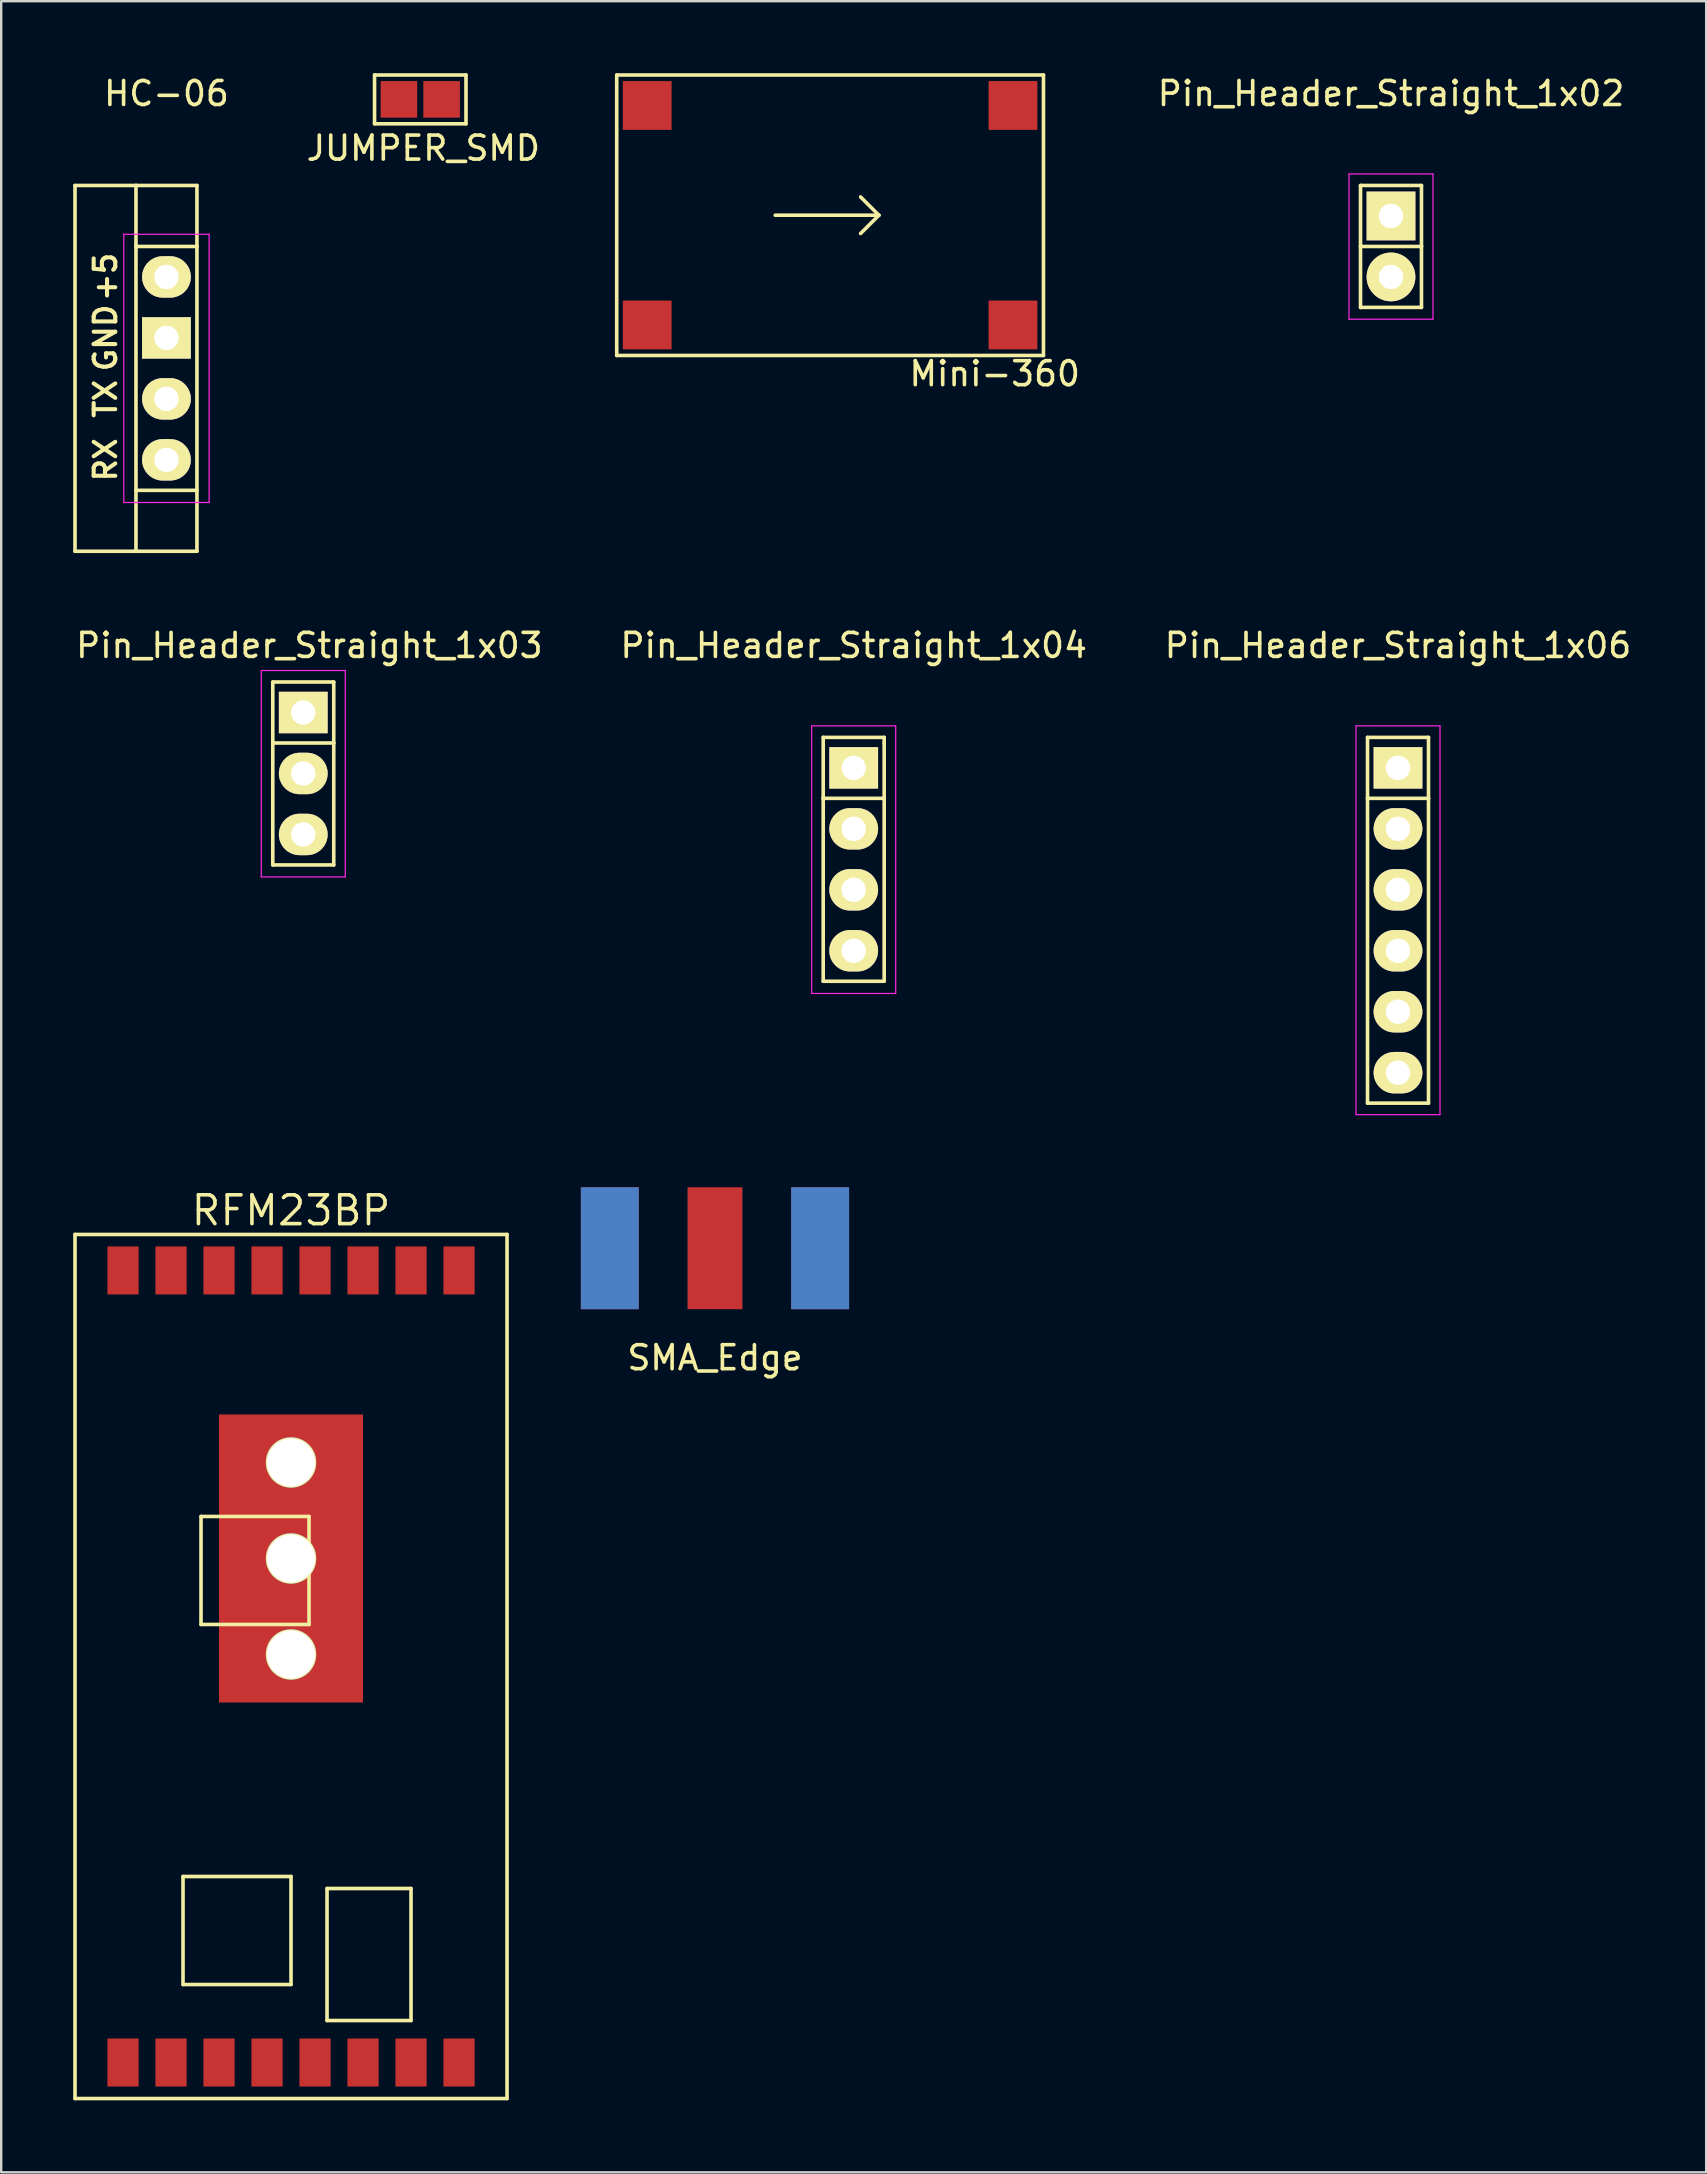
<source format=kicad_pcb>
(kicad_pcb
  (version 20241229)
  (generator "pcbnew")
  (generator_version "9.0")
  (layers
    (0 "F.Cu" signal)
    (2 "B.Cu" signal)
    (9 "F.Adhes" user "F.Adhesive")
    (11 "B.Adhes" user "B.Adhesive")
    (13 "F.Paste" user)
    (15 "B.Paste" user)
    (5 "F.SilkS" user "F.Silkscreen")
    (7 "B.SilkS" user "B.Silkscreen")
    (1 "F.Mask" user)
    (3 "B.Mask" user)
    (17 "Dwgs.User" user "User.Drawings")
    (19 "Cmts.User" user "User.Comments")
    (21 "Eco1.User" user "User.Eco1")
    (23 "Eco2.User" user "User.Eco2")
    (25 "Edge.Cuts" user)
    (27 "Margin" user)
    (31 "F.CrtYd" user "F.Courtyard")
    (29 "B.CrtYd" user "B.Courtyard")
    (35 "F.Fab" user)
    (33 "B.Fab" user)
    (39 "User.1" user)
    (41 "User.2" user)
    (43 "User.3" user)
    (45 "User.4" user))
  (footprint "JUMPER_SMD"
    (layer "F.Cu")
    (at 14.587 1.091)
    (property "Reference" "JUMPER_SMD" (at 0 2.032 0) (layer "F.SilkS") (effects (font (size 1 1) (thickness 0.15))))
    (attr through_hole)
    (fp_line (start -2.032 -1.016) (end 1.778 -1.016) (stroke (width 0.15) (type solid)) (layer "F.SilkS"))
    (fp_line (start -2.032 1.016) (end -2.032 -1.016) (stroke (width 0.15) (type solid)) (layer "F.SilkS"))
    (fp_line (start 1.778 -1.016) (end 1.778 1.016) (stroke (width 0.15) (type solid)) (layer "F.SilkS"))
    (fp_line (start 1.778 1.016) (end -2.032 1.016) (stroke (width 0.15) (type solid)) (layer "F.SilkS"))
    (pad "1" smd rect (at -1.016 0) (size 1.524 1.524) (layers "F.Cu" "F.Mask" "F.Paste"))
    (pad "2" smd rect (at 0.762 0) (size 1.524 1.524) (layers "F.Cu" "F.Mask" "F.Paste")))
  (footprint "Pin_Header_Straight_1x02"
    (layer "F.Cu")
    (at 54.904 5.948)
    (property "Reference" "Pin_Header_Straight_1x02" (at 0 -5.1 0) (layer "F.SilkS") (effects (font (size 1 1) (thickness 0.15))))
    (attr through_hole)
    (fp_line (start -1.27 -1.27) (end -1.27 1.27) (stroke (width 0.15) (type solid)) (layer "F.SilkS"))
    (fp_line (start -1.27 1.27) (end -1.27 3.81) (stroke (width 0.15) (type solid)) (layer "F.SilkS"))
    (fp_line (start -1.27 3.81) (end 1.27 3.81) (stroke (width 0.15) (type solid)) (layer "F.SilkS"))
    (fp_line (start 1.27 -1.27) (end -1.27 -1.27) (stroke (width 0.15) (type solid)) (layer "F.SilkS"))
    (fp_line (start 1.27 1.27) (end -1.27 1.27) (stroke (width 0.15) (type solid)) (layer "F.SilkS"))
    (fp_line (start 1.27 1.27) (end 1.27 -1.27) (stroke (width 0.15) (type solid)) (layer "F.SilkS"))
    (fp_line (start 1.27 1.27) (end 1.27 3.81) (stroke (width 0.15) (type solid)) (layer "F.SilkS"))
    (fp_line (start -1.75 -1.75) (end -1.75 4.3) (stroke (width 0.05) (type solid)) (layer "F.CrtYd"))
    (fp_line (start -1.75 -1.75) (end 1.75 -1.75) (stroke (width 0.05) (type solid)) (layer "F.CrtYd"))
    (fp_line (start -1.75 4.3) (end 1.75 4.3) (stroke (width 0.05) (type solid)) (layer "F.CrtYd"))
    (fp_line (start 1.75 -1.75) (end 1.75 4.3) (stroke (width 0.05) (type solid)) (layer "F.CrtYd"))
    (pad "1" thru_hole rect (at 0 0) (size 2.032 2.032) (drill 1.016) (layers "*.Cu" "*.Mask" "F.SilkS"))
    (pad "2" thru_hole oval (at 0 2.54) (size 2.032 2.032) (drill 1.016) (layers "*.Cu" "*.Mask" "F.SilkS")))
  (footprint "Pin_Header_Straight_1x03"
    (layer "F.Cu")
    (at 9.585 26.636)
    (property "Reference" "Pin_Header_Straight_1x03" (at 0.254 -2.794 0) (layer "F.SilkS") (effects (font (size 1 1) (thickness 0.15))))
    (attr through_hole)
    (fp_line (start -1.27 -1.27) (end -1.27 1.27) (stroke (width 0.15) (type solid)) (layer "F.SilkS"))
    (fp_line (start -1.27 1.27) (end -1.27 6.35) (stroke (width 0.15) (type solid)) (layer "F.SilkS"))
    (fp_line (start -1.27 6.35) (end 1.27 6.35) (stroke (width 0.15) (type solid)) (layer "F.SilkS"))
    (fp_line (start 1.27 -1.27) (end -1.27 -1.27) (stroke (width 0.15) (type solid)) (layer "F.SilkS"))
    (fp_line (start 1.27 1.27) (end -1.27 1.27) (stroke (width 0.15) (type solid)) (layer "F.SilkS"))
    (fp_line (start 1.27 1.27) (end 1.27 -1.27) (stroke (width 0.15) (type solid)) (layer "F.SilkS"))
    (fp_line (start 1.27 6.35) (end 1.27 1.27) (stroke (width 0.15) (type solid)) (layer "F.SilkS"))
    (fp_line (start -1.75 -1.75) (end -1.75 6.85) (stroke (width 0.05) (type solid)) (layer "F.CrtYd"))
    (fp_line (start -1.75 -1.75) (end 1.75 -1.75) (stroke (width 0.05) (type solid)) (layer "F.CrtYd"))
    (fp_line (start -1.75 6.85) (end 1.75 6.85) (stroke (width 0.05) (type solid)) (layer "F.CrtYd"))
    (fp_line (start 1.75 -1.75) (end 1.75 6.85) (stroke (width 0.05) (type solid)) (layer "F.CrtYd"))
    (pad "1" thru_hole rect (at 0 0) (size 2.032 1.727) (drill 1.016) (layers "*.Cu" "*.Mask" "F.SilkS"))
    (pad "2" thru_hole oval (at 0 2.54) (size 2.032 1.727) (drill 1.016) (layers "*.Cu" "*.Mask" "F.SilkS"))
    (pad "3" thru_hole oval (at 0 5.08) (size 2.032 1.727) (drill 1.016) (layers "*.Cu" "*.Mask" "F.SilkS")))
  (footprint "SMA_Edge"
    (layer "F.Cu")
    (at 26.738 53.02)
    (property "Reference" "SMA_Edge" (at 0 0.5 0) (layer "F.SilkS") (effects (font (size 1 1) (thickness 0.15))))
    (attr through_hole)
    (pad "1" smd rect (at 0 -4.064) (size 2.286 5.08) (layers "F.Cu" "F.Mask" "F.Paste"))
    (pad "2" smd rect (at -4.381 -4.064) (size 2.413 5.08) (layers "F.Cu" "F.Mask" "F.Paste"))
    (pad "2" smd rect (at -4.381 -4.064) (size 2.413 5.08) (layers "B.Cu" "B.Mask" "B.Paste"))
    (pad "2" smd rect (at 4.381 -4.064) (size 2.413 5.08) (layers "F.Cu" "F.Mask" "F.Paste"))
    (pad "2" smd rect (at 4.381 -4.064) (size 2.413 5.08) (layers "B.Cu" "B.Mask" "B.Paste")))
  (footprint "Pin_Header_Straight_1x06"
    (layer "F.Cu")
    (at 55.196 28.942)
    (property "Reference" "Pin_Header_Straight_1x06" (at 0 -5.1 0) (layer "F.SilkS") (effects (font (size 1 1) (thickness 0.15))))
    (attr through_hole)
    (fp_line (start -1.27 -1.27) (end 1.27 -1.27) (stroke (width 0.15) (type solid)) (layer "F.SilkS"))
    (fp_line (start -1.27 1.27) (end -1.27 -1.27) (stroke (width 0.15) (type solid)) (layer "F.SilkS"))
    (fp_line (start -1.27 13.97) (end -1.27 1.27) (stroke (width 0.15) (type solid)) (layer "F.SilkS"))
    (fp_line (start 1.27 -1.27) (end 1.27 1.27) (stroke (width 0.15) (type solid)) (layer "F.SilkS"))
    (fp_line (start 1.27 1.27) (end -1.27 1.27) (stroke (width 0.15) (type solid)) (layer "F.SilkS"))
    (fp_line (start 1.27 1.27) (end 1.27 13.97) (stroke (width 0.15) (type solid)) (layer "F.SilkS"))
    (fp_line (start 1.27 13.97) (end -1.27 13.97) (stroke (width 0.15) (type solid)) (layer "F.SilkS"))
    (fp_line (start -1.75 -1.75) (end -1.75 14.45) (stroke (width 0.05) (type solid)) (layer "F.CrtYd"))
    (fp_line (start -1.75 -1.75) (end 1.75 -1.75) (stroke (width 0.05) (type solid)) (layer "F.CrtYd"))
    (fp_line (start -1.75 14.45) (end 1.75 14.45) (stroke (width 0.05) (type solid)) (layer "F.CrtYd"))
    (fp_line (start 1.75 -1.75) (end 1.75 14.45) (stroke (width 0.05) (type solid)) (layer "F.CrtYd"))
    (pad "1" thru_hole rect (at 0 0) (size 2.032 1.727) (drill 1.016) (layers "*.Cu" "*.Mask" "F.SilkS"))
    (pad "2" thru_hole oval (at 0 2.54) (size 2.032 1.727) (drill 1.016) (layers "*.Cu" "*.Mask" "F.SilkS"))
    (pad "3" thru_hole oval (at 0 5.08) (size 2.032 1.727) (drill 1.016) (layers "*.Cu" "*.Mask" "F.SilkS"))
    (pad "4" thru_hole oval (at 0 7.62) (size 2.032 1.727) (drill 1.016) (layers "*.Cu" "*.Mask" "F.SilkS"))
    (pad "5" thru_hole oval (at 0 10.16) (size 2.032 1.727) (drill 1.016) (layers "*.Cu" "*.Mask" "F.SilkS"))
    (pad "6" thru_hole oval (at 0 12.7) (size 2.032 1.727) (drill 1.016) (layers "*.Cu" "*.Mask" "F.SilkS")))
  (footprint "HC-06"
    (layer "F.Cu")
    (at 3.885 5.948)
    (property "Reference" "HC-06" (at 0 -5.1 0) (layer "F.SilkS") (effects (font (size 1 1) (thickness 0.15))))
    (attr through_hole)
    (fp_line (start -3.81 -1.27) (end -3.81 13.97) (stroke (width 0.15) (type solid)) (layer "F.SilkS"))
    (fp_line (start -3.81 13.97) (end -1.27 13.97) (stroke (width 0.15) (type solid)) (layer "F.SilkS"))
    (fp_line (start -1.27 -1.27) (end -3.81 -1.27) (stroke (width 0.15) (type solid)) (layer "F.SilkS"))
    (fp_line (start -1.27 -1.27) (end 1.27 -1.27) (stroke (width 0.15) (type solid)) (layer "F.SilkS"))
    (fp_line (start -1.27 1.27) (end -1.27 -1.27) (stroke (width 0.15) (type solid)) (layer "F.SilkS"))
    (fp_line (start -1.27 13.97) (end -1.27 1.27) (stroke (width 0.15) (type solid)) (layer "F.SilkS"))
    (fp_line (start 1.27 -1.27) (end 1.27 1.27) (stroke (width 0.15) (type solid)) (layer "F.SilkS"))
    (fp_line (start 1.27 1.27) (end -1.27 1.27) (stroke (width 0.15) (type solid)) (layer "F.SilkS"))
    (fp_line (start 1.27 1.27) (end 1.27 13.97) (stroke (width 0.15) (type solid)) (layer "F.SilkS"))
    (fp_line (start 1.27 11.43) (end -1.27 11.43) (stroke (width 0.15) (type solid)) (layer "F.SilkS"))
    (fp_line (start 1.27 13.97) (end -1.27 13.97) (stroke (width 0.15) (type solid)) (layer "F.SilkS"))
    (fp_line (start -1.778 0.762) (end -1.778 11.938) (stroke (width 0.05) (type solid)) (layer "F.CrtYd"))
    (fp_line (start -1.778 0.762) (end 1.778 0.762) (stroke (width 0.05) (type solid)) (layer "F.CrtYd"))
    (fp_line (start -1.778 11.938) (end 1.778 11.938) (stroke (width 0.05) (type solid)) (layer "F.CrtYd"))
    (fp_line (start 1.778 0.762) (end 1.778 11.938) (stroke (width 0.05) (type solid)) (layer "F.CrtYd"))
    (fp_text user "TX" (at -2.54 7.62 90) (layer "F.SilkS") (effects (font (size 0.9 0.9) (thickness 0.17))))
    (fp_text user "RX" (at -2.54 10.16 90) (layer "F.SilkS") (effects (font (size 0.9 0.9) (thickness 0.17))))
    (fp_text user "+5" (at -2.54 2.54 90) (layer "F.SilkS") (effects (font (size 0.9 0.9) (thickness 0.17))))
    (fp_text user "GND" (at -2.54 5.08 90) (layer "F.SilkS") (effects (font (size 0.9 0.9) (thickness 0.17))))
    (pad "1" thru_hole oval (at 0 2.54) (size 2.032 1.727) (drill 1.016) (layers "*.Cu" "*.Mask" "F.SilkS"))
    (pad "2" thru_hole rect (at 0 5.08) (size 2.032 1.727) (drill 1.016) (layers "*.Cu" "*.Mask" "F.SilkS"))
    (pad "3" thru_hole oval (at 0 7.62) (size 2.032 1.727) (drill 1.016) (layers "*.Cu" "*.Mask" "F.SilkS"))
    (pad "4" thru_hole oval (at 0 10.16) (size 2.032 1.727) (drill 1.016) (layers "*.Cu" "*.Mask" "F.SilkS")))
  (footprint "Mini-360"
    (layer "F.Cu")
    (at 31.535 5.917)
    (property "Reference" "Mini-360" (at 6.858 6.604 0) (layer "F.SilkS") (effects (font (size 1 1) (thickness 0.15))))
    (attr through_hole)
    (fp_line (start -8.89 -5.842) (end 8.89 -5.842) (stroke (width 0.15) (type solid)) (layer "F.SilkS"))
    (fp_line (start -8.89 5.842) (end -8.89 -5.842) (stroke (width 0.15) (type solid)) (layer "F.SilkS"))
    (fp_line (start -2.286 0) (end 2.032 0) (stroke (width 0.15) (type solid)) (layer "F.SilkS"))
    (fp_line (start 2.032 0) (end 1.27 -0.762) (stroke (width 0.15) (type solid)) (layer "F.SilkS"))
    (fp_line (start 2.032 0) (end 1.27 0.762) (stroke (width 0.15) (type solid)) (layer "F.SilkS"))
    (fp_line (start 8.89 -5.842) (end 8.89 5.842) (stroke (width 0.15) (type solid)) (layer "F.SilkS"))
    (fp_line (start 8.89 5.842) (end -8.89 5.842) (stroke (width 0.15) (type solid)) (layer "F.SilkS"))
    (pad "1" smd rect (at -7.62 4.572) (size 2.032 2.032) (layers "F.Cu" "F.Mask" "F.Paste"))
    (pad "2" smd rect (at -7.62 -4.572) (size 2.032 2.032) (layers "F.Cu" "F.Mask" "F.Paste"))
    (pad "3" smd rect (at 7.62 4.572) (size 2.032 2.032) (layers "F.Cu" "F.Mask" "F.Paste"))
    (pad "4" smd rect (at 7.62 -4.572) (size 2.032 2.032) (layers "F.Cu" "F.Mask" "F.Paste")))
  (footprint "Pin_Header_Straight_1x04"
    (layer "F.Cu")
    (at 32.518 28.942)
    (property "Reference" "Pin_Header_Straight_1x04" (at 0 -5.1 0) (layer "F.SilkS") (effects (font (size 1 1) (thickness 0.15))))
    (attr through_hole)
    (fp_line (start -1.27 -1.27) (end -1.27 1.27) (stroke (width 0.15) (type solid)) (layer "F.SilkS"))
    (fp_line (start -1.27 1.27) (end -1.27 8.89) (stroke (width 0.15) (type solid)) (layer "F.SilkS"))
    (fp_line (start -1.27 8.89) (end 1.27 8.89) (stroke (width 0.15) (type solid)) (layer "F.SilkS"))
    (fp_line (start 1.27 -1.27) (end -1.27 -1.27) (stroke (width 0.15) (type solid)) (layer "F.SilkS"))
    (fp_line (start 1.27 -1.016) (end 1.27 -1.27) (stroke (width 0.15) (type solid)) (layer "F.SilkS"))
    (fp_line (start 1.27 1.27) (end -1.27 1.27) (stroke (width 0.15) (type solid)) (layer "F.SilkS"))
    (fp_line (start 1.27 1.27) (end 1.27 -1.016) (stroke (width 0.15) (type solid)) (layer "F.SilkS"))
    (fp_line (start 1.27 1.27) (end 1.27 8.89) (stroke (width 0.15) (type solid)) (layer "F.SilkS"))
    (fp_line (start -1.75 -1.75) (end -1.75 9.4) (stroke (width 0.05) (type solid)) (layer "F.CrtYd"))
    (fp_line (start -1.75 -1.75) (end 1.75 -1.75) (stroke (width 0.05) (type solid)) (layer "F.CrtYd"))
    (fp_line (start -1.75 9.4) (end 1.75 9.4) (stroke (width 0.05) (type solid)) (layer "F.CrtYd"))
    (fp_line (start 1.75 -1.75) (end 1.75 9.4) (stroke (width 0.05) (type solid)) (layer "F.CrtYd"))
    (pad "1" thru_hole rect (at 0 0) (size 2.032 1.727) (drill 1.016) (layers "*.Cu" "*.Mask" "F.SilkS"))
    (pad "2" thru_hole oval (at 0 2.54) (size 2.032 1.727) (drill 1.016) (layers "*.Cu" "*.Mask" "F.SilkS"))
    (pad "3" thru_hole oval (at 0 5.08) (size 2.032 1.727) (drill 1.016) (layers "*.Cu" "*.Mask" "F.SilkS"))
    (pad "4" thru_hole oval (at 0 7.62) (size 2.032 1.727) (drill 1.016) (layers "*.Cu" "*.Mask" "F.SilkS")))
  (footprint "RFM23BP"
    (layer "F.Cu")
    (at 9.075 66.382)
    (property "Reference" "RFM23BP" (at 0 -19 0) (layer "F.SilkS") (effects (font (size 1.2 1.2) (thickness 0.15))))
    (attr through_hole)
    (fp_line (start -9 -18) (end 9 -18) (stroke (width 0.15) (type solid)) (layer "F.SilkS"))
    (fp_line (start -9 18) (end -9 -18) (stroke (width 0.15) (type solid)) (layer "F.SilkS"))
    (fp_line (start -4.5 8.75) (end -4.5 13.25) (stroke (width 0.15) (type solid)) (layer "F.SilkS"))
    (fp_line (start -4.5 13.25) (end 0 13.25) (stroke (width 0.15) (type solid)) (layer "F.SilkS"))
    (fp_line (start -3.75 -6.25) (end -3.75 -1.75) (stroke (width 0.15) (type solid)) (layer "F.SilkS"))
    (fp_line (start -3.75 -1.75) (end 0.75 -1.75) (stroke (width 0.15) (type solid)) (layer "F.SilkS"))
    (fp_line (start 0 8.75) (end -4.5 8.75) (stroke (width 0.15) (type solid)) (layer "F.SilkS"))
    (fp_line (start 0 13.25) (end 0 8.75) (stroke (width 0.15) (type solid)) (layer "F.SilkS"))
    (fp_line (start 0.75 -6.25) (end -3.75 -6.25) (stroke (width 0.15) (type solid)) (layer "F.SilkS"))
    (fp_line (start 0.75 -1.75) (end 0.75 -6.25) (stroke (width 0.15) (type solid)) (layer "F.SilkS"))
    (fp_line (start 1.5 9.25) (end 1.5 14.75) (stroke (width 0.15) (type solid)) (layer "F.SilkS"))
    (fp_line (start 5 9.25) (end 1.5 9.25) (stroke (width 0.15) (type solid)) (layer "F.SilkS"))
    (fp_line (start 5 14.75) (end 1.5 14.75) (stroke (width 0.15) (type solid)) (layer "F.SilkS"))
    (fp_line (start 5 14.75) (end 5 9.25) (stroke (width 0.15) (type solid)) (layer "F.SilkS"))
    (fp_line (start 9 -18) (end 9 18) (stroke (width 0.15) (type solid)) (layer "F.SilkS"))
    (fp_line (start 9 18) (end -9 18) (stroke (width 0.15) (type solid)) (layer "F.SilkS"))
    (pad "1" smd rect (at 7 -16.5 180) (size 1.3 2) (layers "F.Cu" "F.Mask" "F.Paste"))
    (pad "2" smd rect (at 5 -16.5 180) (size 1.3 2) (layers "F.Cu" "F.Mask" "F.Paste"))
    (pad "3" smd rect (at 3 -16.5 180) (size 1.3 2) (layers "F.Cu" "F.Mask" "F.Paste"))
    (pad "4" smd rect (at 1 -16.5 180) (size 1.3 2) (layers "F.Cu" "F.Mask" "F.Paste"))
    (pad "5" smd rect (at -1 -16.5 180) (size 1.3 2) (layers "F.Cu" "F.Mask" "F.Paste"))
    (pad "6" smd rect (at -3 -16.5 180) (size 1.3 2) (layers "F.Cu" "F.Mask" "F.Paste"))
    (pad "7" smd rect (at -5 -16.5 180) (size 1.3 2) (layers "F.Cu" "F.Mask" "F.Paste"))
    (pad "8" smd rect (at -7 -16.5 180) (size 1.3 2) (layers "F.Cu" "F.Mask" "F.Paste"))
    (pad "9" smd rect (at -7 16.5 180) (size 1.3 2) (layers "F.Cu" "F.Mask" "F.Paste"))
    (pad "10" smd rect (at -5 16.5 180) (size 1.3 2) (layers "F.Cu" "F.Mask" "F.Paste"))
    (pad "11" smd rect (at -3 16.5 180) (size 1.3 2) (layers "F.Cu" "F.Mask" "F.Paste"))
    (pad "12" smd rect (at -1 16.5 180) (size 1.3 2) (layers "F.Cu" "F.Mask" "F.Paste"))
    (pad "13" smd rect (at 1 16.5 180) (size 1.3 2) (layers "F.Cu" "F.Mask" "F.Paste"))
    (pad "14" smd rect (at 3 16.5 180) (size 1.3 2) (layers "F.Cu" "F.Mask" "F.Paste"))
    (pad "15" smd rect (at 5 16.5 180) (size 1.3 2) (layers "F.Cu" "F.Mask" "F.Paste"))
    (pad "16" thru_hole circle (at 0 -8.5) (size 2.1 2.1) (drill 2) (layers "*.Cu" "*.Mask" "F.SilkS"))
    (pad "16" thru_hole circle (at 0 -4.5) (size 2.1 2.1) (drill 2) (layers "*.Cu" "*.Mask" "F.SilkS"))
    (pad "16" smd rect (at 0 -4.5) (size 6 12) (layers "F.Cu" "F.Mask" "F.Paste"))
    (pad "16" thru_hole circle (at 0 -0.5) (size 2.1 2.1) (drill 2) (layers "*.Cu" "*.Mask" "F.SilkS"))
    (pad "16" smd rect (at 7 16.5 180) (size 1.3 2) (layers "F.Cu" "F.Mask" "F.Paste")))
  (gr_rect
    (start -3 -3)
    (end 68.036 87.457)
    (stroke (width 0.1) (type default))
    (fill no)
    (layer "Edge.Cuts")))
</source>
